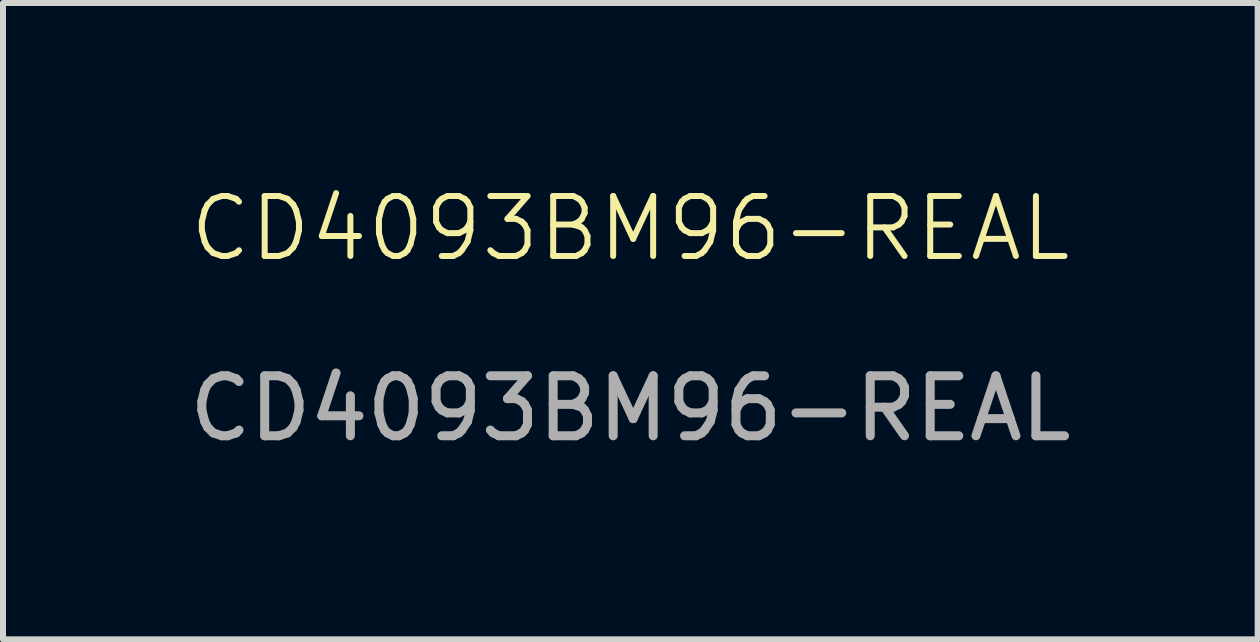
<source format=kicad_pcb>
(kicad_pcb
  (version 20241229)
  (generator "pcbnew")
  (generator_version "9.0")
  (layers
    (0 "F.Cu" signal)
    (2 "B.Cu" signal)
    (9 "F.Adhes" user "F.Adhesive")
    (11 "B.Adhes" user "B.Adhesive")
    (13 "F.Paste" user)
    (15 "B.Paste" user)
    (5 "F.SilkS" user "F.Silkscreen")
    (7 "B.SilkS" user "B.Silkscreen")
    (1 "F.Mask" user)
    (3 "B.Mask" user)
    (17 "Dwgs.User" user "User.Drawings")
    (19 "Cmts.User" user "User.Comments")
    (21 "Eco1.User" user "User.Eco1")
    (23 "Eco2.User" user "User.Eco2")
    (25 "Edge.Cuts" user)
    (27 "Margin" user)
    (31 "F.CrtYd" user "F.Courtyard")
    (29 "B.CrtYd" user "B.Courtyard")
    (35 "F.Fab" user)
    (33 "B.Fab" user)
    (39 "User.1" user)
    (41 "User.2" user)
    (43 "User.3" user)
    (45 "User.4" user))
  (footprint "CD4093BM96-REAL"
    (layer "F.Cu")
    (at 7.458 1.26)
    (property "Reference" "CD4093BM96-REAL" (at 0 -0.5 0) (unlocked yes) (layer "F.SilkS") (effects (font (size 1 1) (thickness 0.1))))
    (attr smd)
    (fp_text user "${REFERENCE}" (at 0 2.5 0) (unlocked yes) (layer "F.Fab") (effects (font (size 1 1) (thickness 0.15)))))
  (gr_rect
    (start -3 -3)
    (end 17.917 7.609)
    (stroke (width 0.1) (type default))
    (fill no)
    (layer "Edge.Cuts")))
</source>
